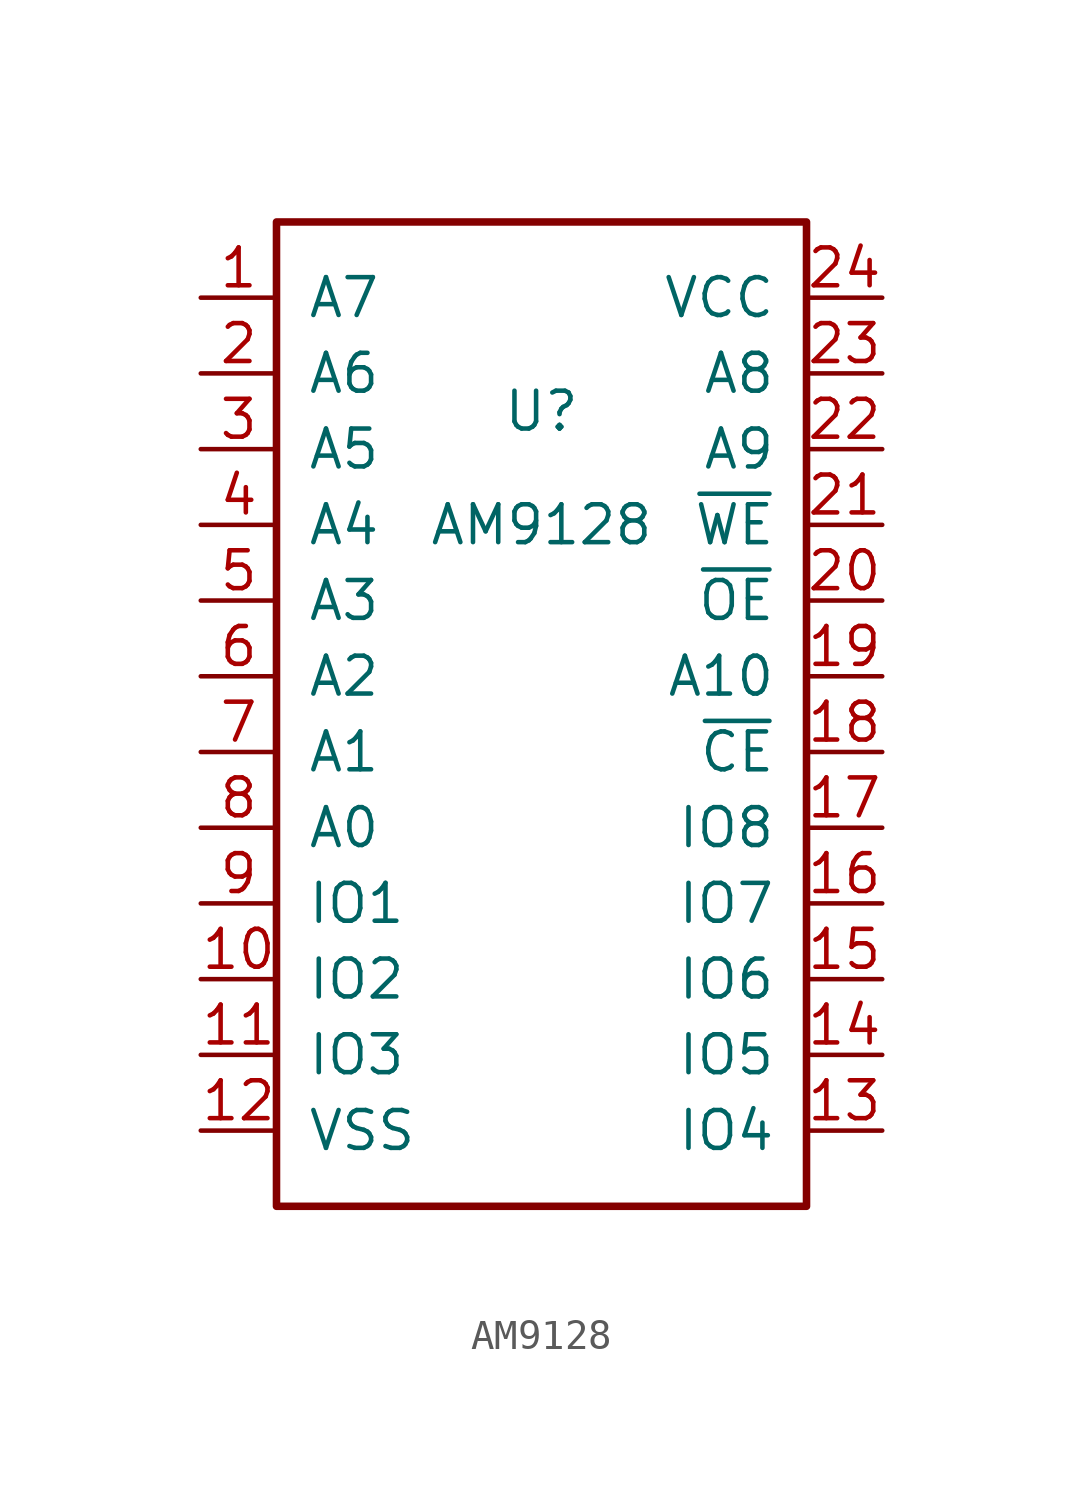
<source format=kicad_sym>
(kicad_symbol_lib
  (version 20211014)
  (generator kicad_symbol_editor)
  (symbol "AM9128"
    (pin_names
      (offset 1.016))
    (property "Reference" "U"
      (at 0 8.89 0)
      (effects (font (size 1.27 1.27))))
    (property "Value" "AM9128"
      (at 0 5.08 0)
      (effects (font (size 1.27 1.27))))
    (symbol "AM9128_0_1"
      (rectangle (start -8.89 15.24) (end 8.89 -17.78) (stroke (width 0.254) (type default) (color 0 0 0 0)) (fill (type none))))
    (symbol "AM9128_1_1"
      (pin input line (at -11.43 12.7 0) (length 2.54) (name "A7" (effects (font (size 1.27 1.27)))) (number "1" (effects (font (size 1.27 1.27)))))
      (pin bidirectional line (at -11.43 -10.16 0) (length 2.54) (name "IO2" (effects (font (size 1.27 1.27)))) (number "10" (effects (font (size 1.27 1.27)))))
      (pin bidirectional line (at -11.43 -12.7 0) (length 2.54) (name "IO3" (effects (font (size 1.27 1.27)))) (number "11" (effects (font (size 1.27 1.27)))))
      (pin passive line (at -11.43 -15.24 0) (length 2.54) (name "VSS" (effects (font (size 1.27 1.27)))) (number "12" (effects (font (size 1.27 1.27)))))
      (pin bidirectional line (at 11.43 -15.24 180) (length 2.54) (name "IO4" (effects (font (size 1.27 1.27)))) (number "13" (effects (font (size 1.27 1.27)))))
      (pin bidirectional line (at 11.43 -12.7 180) (length 2.54) (name "IO5" (effects (font (size 1.27 1.27)))) (number "14" (effects (font (size 1.27 1.27)))))
      (pin bidirectional line (at 11.43 -10.16 180) (length 2.54) (name "IO6" (effects (font (size 1.27 1.27)))) (number "15" (effects (font (size 1.27 1.27)))))
      (pin bidirectional line (at 11.43 -7.62 180) (length 2.54) (name "IO7" (effects (font (size 1.27 1.27)))) (number "16" (effects (font (size 1.27 1.27)))))
      (pin bidirectional line (at 11.43 -5.08 180) (length 2.54) (name "IO8" (effects (font (size 1.27 1.27)))) (number "17" (effects (font (size 1.27 1.27)))))
      (pin input line (at 11.43 -2.54 180) (length 2.54) (name "~{CE}" (effects (font (size 1.27 1.27)))) (number "18" (effects (font (size 1.27 1.27)))))
      (pin input line (at 11.43 0 180) (length 2.54) (name "A10" (effects (font (size 1.27 1.27)))) (number "19" (effects (font (size 1.27 1.27)))))
      (pin input line (at -11.43 10.16 0) (length 2.54) (name "A6" (effects (font (size 1.27 1.27)))) (number "2" (effects (font (size 1.27 1.27)))))
      (pin input line (at 11.43 2.54 180) (length 2.54) (name "~{OE}" (effects (font (size 1.27 1.27)))) (number "20" (effects (font (size 1.27 1.27)))))
      (pin input line (at 11.43 5.08 180) (length 2.54) (name "~{WE}" (effects (font (size 1.27 1.27)))) (number "21" (effects (font (size 1.27 1.27)))))
      (pin input line (at 11.43 7.62 180) (length 2.54) (name "A9" (effects (font (size 1.27 1.27)))) (number "22" (effects (font (size 1.27 1.27)))))
      (pin input line (at 11.43 10.16 180) (length 2.54) (name "A8" (effects (font (size 1.27 1.27)))) (number "23" (effects (font (size 1.27 1.27)))))
      (pin passive line (at 11.43 12.7 180) (length 2.54) (name "VCC" (effects (font (size 1.27 1.27)))) (number "24" (effects (font (size 1.27 1.27)))))
      (pin input line (at -11.43 7.62 0) (length 2.54) (name "A5" (effects (font (size 1.27 1.27)))) (number "3" (effects (font (size 1.27 1.27)))))
      (pin input line (at -11.43 5.08 0) (length 2.54) (name "A4" (effects (font (size 1.27 1.27)))) (number "4" (effects (font (size 1.27 1.27)))))
      (pin input line (at -11.43 2.54 0) (length 2.54) (name "A3" (effects (font (size 1.27 1.27)))) (number "5" (effects (font (size 1.27 1.27)))))
      (pin input line (at -11.43 0 0) (length 2.54) (name "A2" (effects (font (size 1.27 1.27)))) (number "6" (effects (font (size 1.27 1.27)))))
      (pin input line (at -11.43 -2.54 0) (length 2.54) (name "A1" (effects (font (size 1.27 1.27)))) (number "7" (effects (font (size 1.27 1.27)))))
      (pin input line (at -11.43 -5.08 0) (length 2.54) (name "A0" (effects (font (size 1.27 1.27)))) (number "8" (effects (font (size 1.27 1.27)))))
      (pin bidirectional line (at -11.43 -7.62 0) (length 2.54) (name "IO1" (effects (font (size 1.27 1.27)))) (number "9" (effects (font (size 1.27 1.27))))))))
</source>
